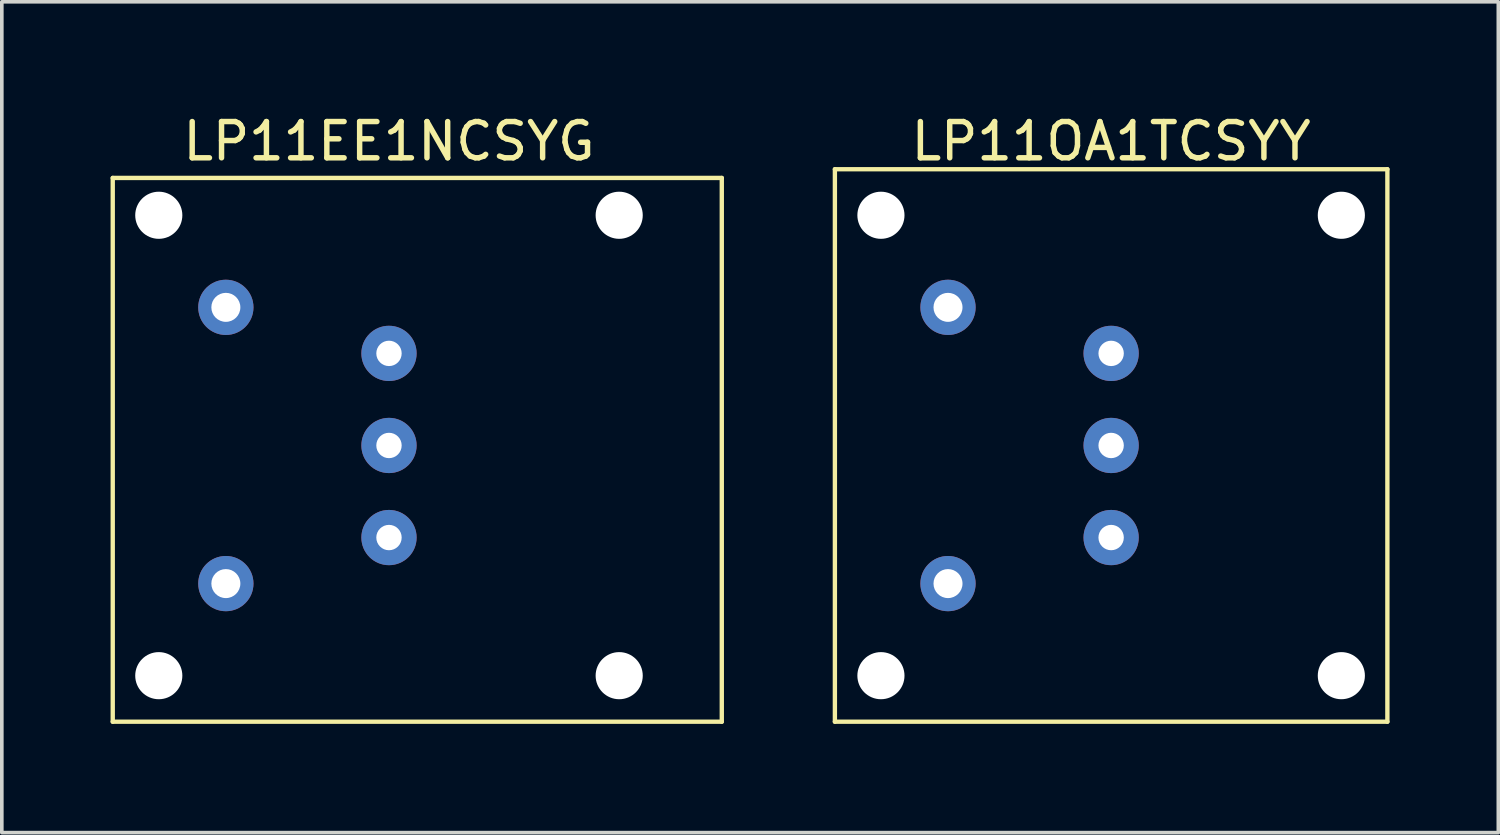
<source format=kicad_pcb>
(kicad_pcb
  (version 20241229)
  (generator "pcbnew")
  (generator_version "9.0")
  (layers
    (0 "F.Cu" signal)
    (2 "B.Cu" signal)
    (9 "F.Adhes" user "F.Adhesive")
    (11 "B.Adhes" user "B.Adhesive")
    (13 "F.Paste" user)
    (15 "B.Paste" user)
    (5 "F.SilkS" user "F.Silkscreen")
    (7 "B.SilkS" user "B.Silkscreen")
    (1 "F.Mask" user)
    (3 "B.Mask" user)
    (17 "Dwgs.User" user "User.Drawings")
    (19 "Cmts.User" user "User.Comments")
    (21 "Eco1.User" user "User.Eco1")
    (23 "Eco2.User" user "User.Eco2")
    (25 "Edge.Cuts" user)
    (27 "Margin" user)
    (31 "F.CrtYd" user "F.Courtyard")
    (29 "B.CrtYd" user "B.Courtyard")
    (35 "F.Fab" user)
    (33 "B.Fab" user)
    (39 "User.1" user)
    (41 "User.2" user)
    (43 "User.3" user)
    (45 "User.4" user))
  (footprint "LP11EE1NCSYG"
    (layer "F.Cu")
    (at 7.68 4.158)
    (property "Reference" "LP11EE1NCSYG" (at 0 -3.31 0) (layer "F.SilkS") (effects (font (size 1 1) (thickness 0.15))))
    (attr through_hole)
    (fp_line (start -7.62 -2.3) (end -7.62 12.7) (stroke (width 0.12) (type solid)) (layer "F.SilkS"))
    (fp_line (start -7.62 12.7) (end 9.18 12.7) (stroke (width 0.12) (type solid)) (layer "F.SilkS"))
    (fp_line (start 9.18 -2.3) (end -7.62 -2.3) (stroke (width 0.12) (type solid)) (layer "F.SilkS"))
    (fp_line (start 9.18 12.7) (end 9.18 -2.3) (stroke (width 0.12) (type solid)) (layer "F.SilkS"))
    (pad "" np_thru_hole circle (at -6.35 -1.27) (size 1.3 1.3) (drill 1.3) (layers "*.Cu" "*.Mask"))
    (pad "" np_thru_hole circle (at -6.35 11.43) (size 1.3 1.3) (drill 1.3) (layers "*.Cu" "*.Mask"))
    (pad "" np_thru_hole circle (at 6.35 -1.27) (size 1.3 1.3) (drill 1.3) (layers "*.Cu" "*.Mask"))
    (pad "" np_thru_hole circle (at 6.35 11.43) (size 1.3 1.3) (drill 1.3) (layers "*.Cu" "*.Mask"))
    (pad "1" thru_hole circle (at -4.5 8.89) (size 1.524 1.524) (drill 0.8) (layers "*.Cu" "*.Mask"))
    (pad "2" thru_hole circle (at -4.5 1.27) (size 1.524 1.524) (drill 0.8) (layers "*.Cu" "*.Mask"))
    (pad "L1" thru_hole circle (at 0 7.62) (size 1.524 1.524) (drill 0.7) (layers "*.Cu" "*.Mask"))
    (pad "L2" thru_hole circle (at 0 2.54) (size 1.524 1.524) (drill 0.7) (layers "*.Cu" "*.Mask"))
    (pad "LC" thru_hole circle (at 0 5.08) (size 1.524 1.524) (drill 0.7) (layers "*.Cu" "*.Mask")))
  (footprint "LP11OA1TCSYY"
    (layer "F.Cu")
    (at 27.6 4.158)
    (property "Reference" "LP11OA1TCSYY" (at 0 -3.31 0) (layer "F.SilkS") (effects (font (size 1 1) (thickness 0.15))))
    (attr through_hole)
    (fp_line (start -7.62 -2.54) (end -7.62 12.7) (stroke (width 0.12) (type solid)) (layer "F.SilkS"))
    (fp_line (start -7.62 12.7) (end 7.62 12.7) (stroke (width 0.12) (type solid)) (layer "F.SilkS"))
    (fp_line (start 7.62 -2.54) (end -7.62 -2.54) (stroke (width 0.12) (type solid)) (layer "F.SilkS"))
    (fp_line (start 7.62 12.7) (end 7.62 -2.54) (stroke (width 0.12) (type solid)) (layer "F.SilkS"))
    (pad "" np_thru_hole circle (at -6.35 -1.27) (size 1.3 1.3) (drill 1.3) (layers "*.Cu" "*.Mask"))
    (pad "" np_thru_hole circle (at -6.35 11.43) (size 1.3 1.3) (drill 1.3) (layers "*.Cu" "*.Mask"))
    (pad "" np_thru_hole circle (at 6.35 -1.27) (size 1.3 1.3) (drill 1.3) (layers "*.Cu" "*.Mask"))
    (pad "" np_thru_hole circle (at 6.35 11.43) (size 1.3 1.3) (drill 1.3) (layers "*.Cu" "*.Mask"))
    (pad "1" thru_hole circle (at -4.5 8.89) (size 1.524 1.524) (drill 0.8) (layers "*.Cu" "*.Mask"))
    (pad "2" thru_hole circle (at -4.5 1.27) (size 1.524 1.524) (drill 0.8) (layers "*.Cu" "*.Mask"))
    (pad "L1" thru_hole circle (at 0 7.62) (size 1.524 1.524) (drill 0.7) (layers "*.Cu" "*.Mask"))
    (pad "L2" thru_hole circle (at 0 2.54) (size 1.524 1.524) (drill 0.7) (layers "*.Cu" "*.Mask"))
    (pad "LC" thru_hole circle (at 0 5.08) (size 1.524 1.524) (drill 0.7) (layers "*.Cu" "*.Mask")))
  (gr_rect
    (start -3 -3)
    (end 38.28 19.918)
    (stroke (width 0.1) (type default))
    (fill no)
    (layer "Edge.Cuts")))
</source>
